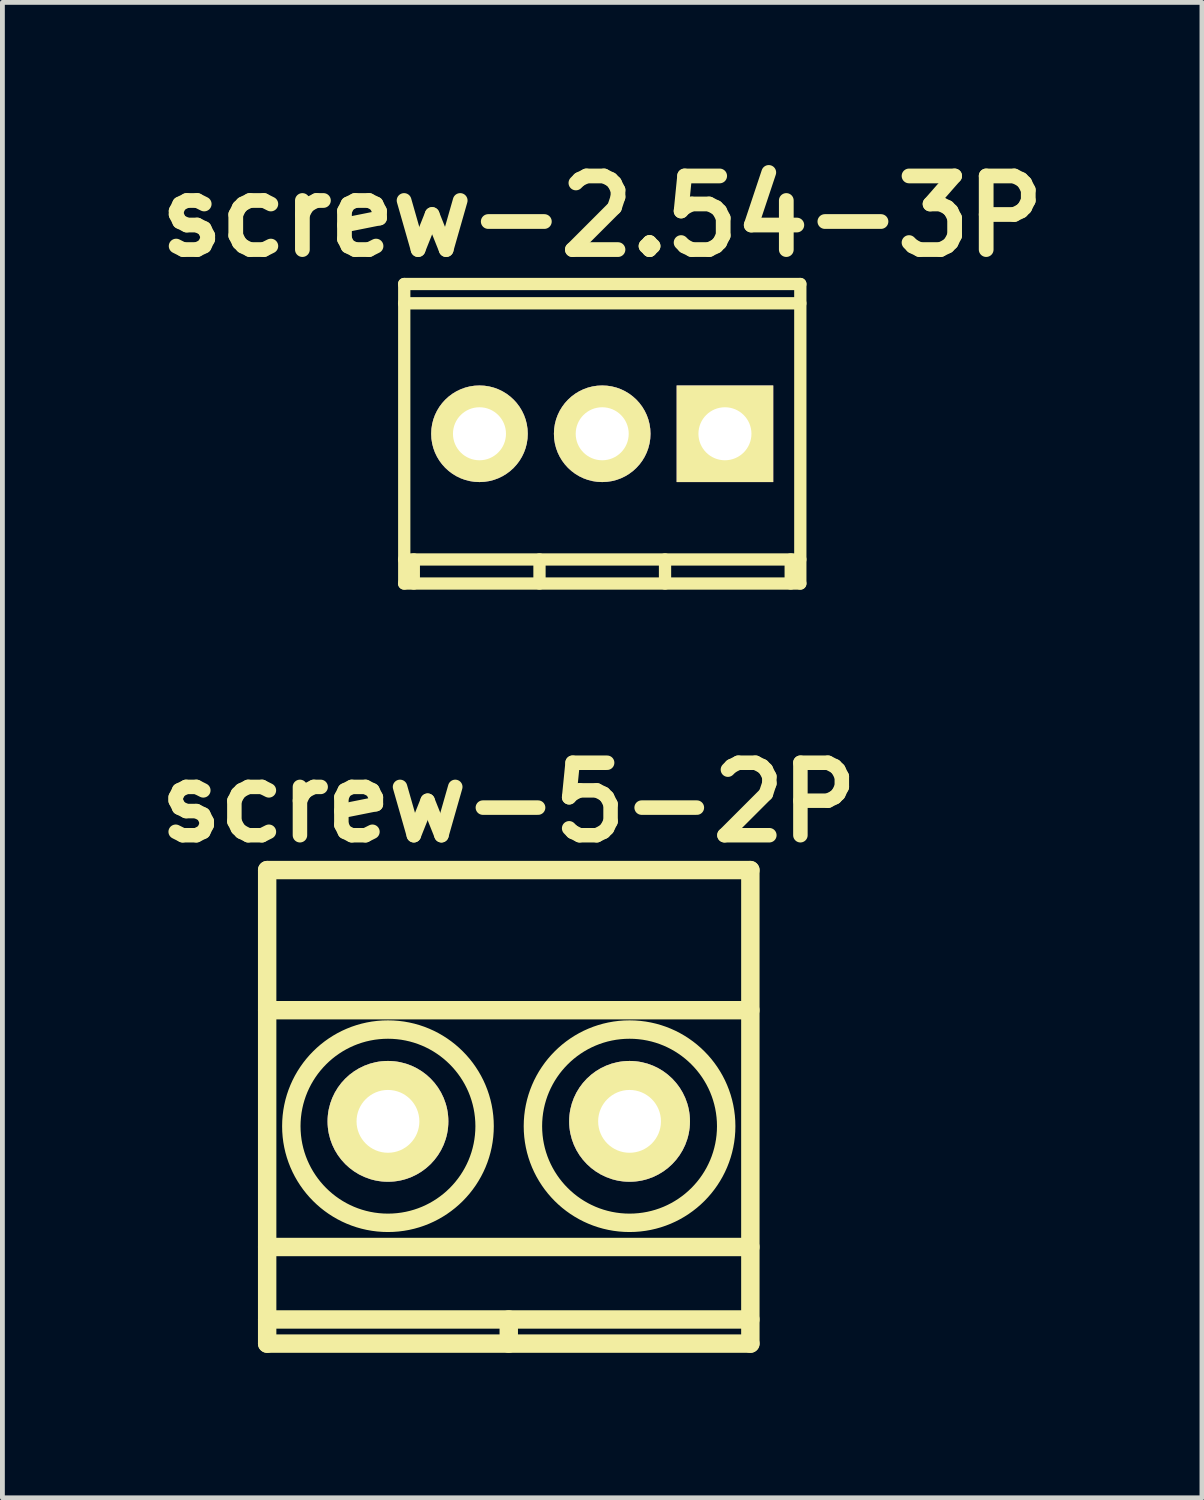
<source format=kicad_pcb>
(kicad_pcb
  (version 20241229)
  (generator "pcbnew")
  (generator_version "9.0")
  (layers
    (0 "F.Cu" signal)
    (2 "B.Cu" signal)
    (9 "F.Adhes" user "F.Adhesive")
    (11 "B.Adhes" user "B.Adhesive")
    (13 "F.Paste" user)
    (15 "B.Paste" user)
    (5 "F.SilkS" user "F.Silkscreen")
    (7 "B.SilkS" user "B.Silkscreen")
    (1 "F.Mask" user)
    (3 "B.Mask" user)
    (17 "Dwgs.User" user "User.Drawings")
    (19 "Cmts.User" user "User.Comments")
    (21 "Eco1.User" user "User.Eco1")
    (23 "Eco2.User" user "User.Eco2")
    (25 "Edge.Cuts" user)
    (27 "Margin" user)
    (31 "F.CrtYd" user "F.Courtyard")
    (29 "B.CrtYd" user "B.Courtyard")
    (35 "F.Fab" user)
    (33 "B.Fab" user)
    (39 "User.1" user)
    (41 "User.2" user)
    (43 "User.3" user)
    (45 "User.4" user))
  (footprint "screw-2.54-3P"
    (layer "F.Cu")
    (at 9.413 5.927)
    (property "Reference" "screw-2.54-3P" (at 0 -4.501 0) (layer "F.SilkS") (effects (font (size 1.524 1.524) (thickness 0.305))))
    (attr through_hole)
    (fp_line (start -4.1 3.099) (end 4.1 3.099) (stroke (width 0.254) (type solid)) (layer "F.SilkS"))
    (fp_line (start -4.097 -3.099) (end -4.097 3.099) (stroke (width 0.254) (type solid)) (layer "F.SilkS"))
    (fp_line (start -3.899 3.099) (end -3.899 2.601) (stroke (width 0.254) (type solid)) (layer "F.SilkS"))
    (fp_line (start -1.298 3.099) (end -1.298 2.601) (stroke (width 0.254) (type solid)) (layer "F.SilkS"))
    (fp_line (start 1.3 2.601) (end 1.3 3.099) (stroke (width 0.254) (type solid)) (layer "F.SilkS"))
    (fp_line (start 3.901 2.601) (end 3.901 3.099) (stroke (width 0.254) (type solid)) (layer "F.SilkS"))
    (fp_line (start 4.1 -3.099) (end -4.1 -3.099) (stroke (width 0.254) (type solid)) (layer "F.SilkS"))
    (fp_line (start 4.1 -2.7) (end -4.1 -2.7) (stroke (width 0.254) (type solid)) (layer "F.SilkS"))
    (fp_line (start 4.1 2.601) (end -4.1 2.601) (stroke (width 0.254) (type solid)) (layer "F.SilkS"))
    (fp_line (start 4.1 3.099) (end 4.1 -3.099) (stroke (width 0.254) (type solid)) (layer "F.SilkS"))
    (pad "1" thru_hole rect (at 2.54 0) (size 1.999 1.999) (drill 1.097) (layers "*.Cu" "*.Mask" "F.SilkS"))
    (pad "2" thru_hole oval (at 0 0) (size 1.999 1.999) (drill 1.097) (layers "*.Cu" "*.Mask" "F.SilkS"))
    (pad "3" thru_hole oval (at -2.54 0) (size 1.999 1.999) (drill 1.097) (layers "*.Cu" "*.Mask" "F.SilkS")))
  (footprint "screw-5-2P"
    (layer "F.Cu")
    (at 7.479 20.157)
    (property "Reference" "screw-5-2P" (at 0 -6.6 0) (layer "F.SilkS") (effects (font (size 1.5 1.5) (thickness 0.3))))
    (attr through_hole)
    (fp_line (start -5 -5.2) (end -5 4.6) (stroke (width 0.381) (type solid)) (layer "F.SilkS"))
    (fp_line (start -5 -2.3) (end 5 -2.3) (stroke (width 0.381) (type solid)) (layer "F.SilkS"))
    (fp_line (start -5 2.6) (end 5 2.6) (stroke (width 0.381) (type solid)) (layer "F.SilkS"))
    (fp_line (start -5 4.1) (end 5 4.1) (stroke (width 0.381) (type solid)) (layer "F.SilkS"))
    (fp_line (start -5 4.6) (end 5 4.6) (stroke (width 0.381) (type solid)) (layer "F.SilkS"))
    (fp_line (start 0 4.1) (end 0 4.6) (stroke (width 0.381) (type solid)) (layer "F.SilkS"))
    (fp_line (start 5 -5.2) (end -5 -5.2) (stroke (width 0.381) (type solid)) (layer "F.SilkS"))
    (fp_line (start 5 4.6) (end 5 -5.2) (stroke (width 0.381) (type solid)) (layer "F.SilkS"))
    (fp_circle (center -2.5 0.1) (end -0.5 0.1) (stroke (width 0.381) (type solid)) (fill no) (layer "F.SilkS"))
    (fp_circle (center 2.5 0.1) (end 0.5 0.1) (stroke (width 0.381) (type solid)) (fill no) (layer "F.SilkS"))
    (pad "1" thru_hole circle (at -2.5 0) (size 2.5 2.5) (drill 1.3) (layers "*.Cu" "*.Mask" "F.SilkS"))
    (pad "2" thru_hole circle (at 2.5 0) (size 2.5 2.5) (drill 1.3) (layers "*.Cu" "*.Mask" "F.SilkS")))
  (gr_rect
    (start -3 -3)
    (end 21.825 27.948)
    (stroke (width 0.1) (type default))
    (fill no)
    (layer "Edge.Cuts")))
</source>
